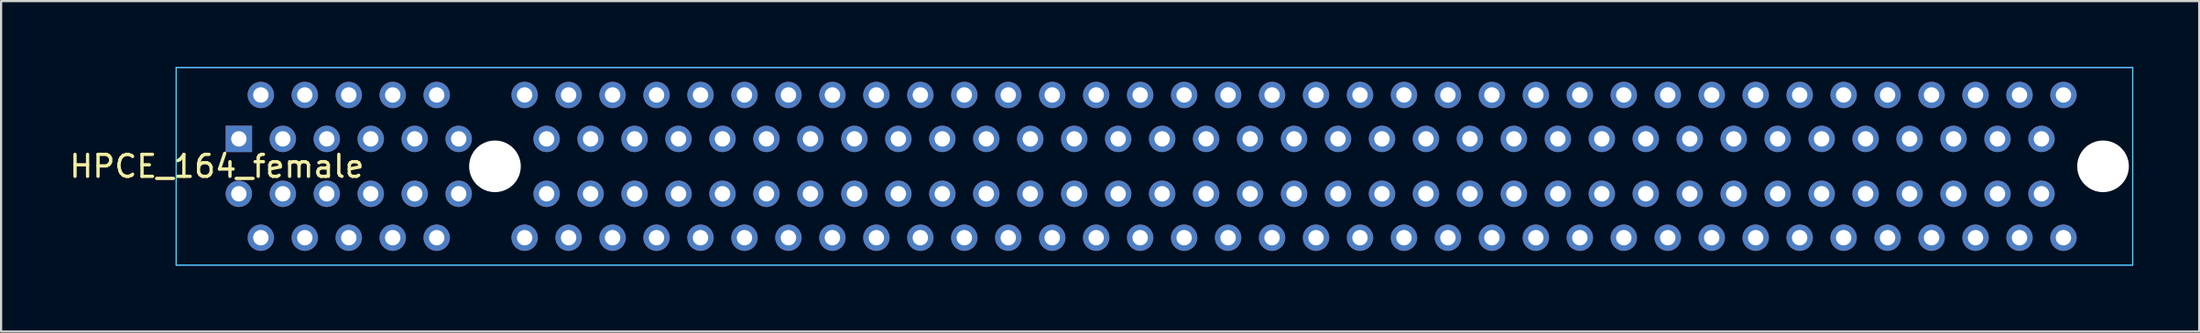
<source format=kicad_pcb>
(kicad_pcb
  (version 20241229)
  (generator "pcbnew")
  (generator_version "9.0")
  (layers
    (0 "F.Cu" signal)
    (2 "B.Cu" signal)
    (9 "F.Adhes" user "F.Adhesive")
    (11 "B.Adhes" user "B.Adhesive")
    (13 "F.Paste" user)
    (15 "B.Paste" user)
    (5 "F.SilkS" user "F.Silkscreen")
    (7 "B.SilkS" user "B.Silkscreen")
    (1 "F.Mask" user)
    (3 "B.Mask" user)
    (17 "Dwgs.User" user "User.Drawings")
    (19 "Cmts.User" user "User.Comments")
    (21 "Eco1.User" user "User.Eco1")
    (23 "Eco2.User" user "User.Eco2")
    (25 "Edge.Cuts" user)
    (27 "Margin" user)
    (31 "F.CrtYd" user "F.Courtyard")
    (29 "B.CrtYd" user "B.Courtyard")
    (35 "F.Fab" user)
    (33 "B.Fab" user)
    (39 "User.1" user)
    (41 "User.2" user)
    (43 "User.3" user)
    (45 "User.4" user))
  (footprint "HPCE_164_female"
    (layer "F.Cu")
    (at 6.815 4.525)
    (property "Reference" "HPCE_164_female" (at 0 0 0) (layer "F.SilkS") (effects (font (size 1 1) (thickness 0.15))))
    (attr through_hole)
    (fp_line (start -1.85 -4.5) (end -1.85 4.5) (stroke (width 0.05) (type solid)) (layer "B.CrtYd"))
    (fp_line (start -1.85 4.5) (end 87.15 4.5) (stroke (width 0.05) (type solid)) (layer "B.CrtYd"))
    (fp_line (start 87.15 -4.5) (end -1.85 -4.5) (stroke (width 0.05) (type solid)) (layer "B.CrtYd"))
    (fp_line (start 87.15 4.5) (end 87.15 -4.5) (stroke (width 0.05) (type solid)) (layer "B.CrtYd"))
    (fp_line (start -1.85 -4.5) (end -1.85 4.5) (stroke (width 0.05) (type solid)) (layer "F.CrtYd"))
    (fp_line (start -1.85 4.5) (end 87.15 4.5) (stroke (width 0.05) (type solid)) (layer "F.CrtYd"))
    (fp_line (start 87.15 -4.5) (end -1.85 -4.5) (stroke (width 0.05) (type solid)) (layer "F.CrtYd"))
    (fp_line (start 87.15 4.5) (end 87.15 -4.5) (stroke (width 0.05) (type solid)) (layer "F.CrtYd"))
    (pad "" np_thru_hole circle (at 12.65 0) (size 2.35 2.35) (drill 2.35) (layers "*.Cu" "*.Mask"))
    (pad "" np_thru_hole circle (at 85.8 0) (size 2.35 2.35) (drill 2.35) (layers "*.Cu" "*.Mask"))
    (pad "A1" thru_hole rect (at 1 -1.25) (size 1.2 1.2) (drill 0.7) (layers "*.Cu" "*.Mask"))
    (pad "A2" thru_hole circle (at 2 -3.25) (size 1.2 1.2) (drill 0.7) (layers "*.Cu" "*.Mask"))
    (pad "A3" thru_hole circle (at 3 -1.25) (size 1.2 1.2) (drill 0.7) (layers "*.Cu" "*.Mask"))
    (pad "A4" thru_hole circle (at 4 -3.25) (size 1.2 1.2) (drill 0.7) (layers "*.Cu" "*.Mask"))
    (pad "A5" thru_hole circle (at 5 -1.25) (size 1.2 1.2) (drill 0.7) (layers "*.Cu" "*.Mask"))
    (pad "A6" thru_hole circle (at 6 -3.25) (size 1.2 1.2) (drill 0.7) (layers "*.Cu" "*.Mask"))
    (pad "A7" thru_hole circle (at 7 -1.25) (size 1.2 1.2) (drill 0.7) (layers "*.Cu" "*.Mask"))
    (pad "A8" thru_hole circle (at 8 -3.25) (size 1.2 1.2) (drill 0.7) (layers "*.Cu" "*.Mask"))
    (pad "A9" thru_hole circle (at 9 -1.25) (size 1.2 1.2) (drill 0.7) (layers "*.Cu" "*.Mask"))
    (pad "A10" thru_hole circle (at 10 -3.25) (size 1.2 1.2) (drill 0.7) (layers "*.Cu" "*.Mask"))
    (pad "A11" thru_hole circle (at 11 -1.25) (size 1.2 1.2) (drill 0.7) (layers "*.Cu" "*.Mask"))
    (pad "A12" thru_hole circle (at 14 -3.25) (size 1.2 1.2) (drill 0.7) (layers "*.Cu" "*.Mask"))
    (pad "A13" thru_hole circle (at 15 -1.25) (size 1.2 1.2) (drill 0.7) (layers "*.Cu" "*.Mask"))
    (pad "A14" thru_hole circle (at 16 -3.25) (size 1.2 1.2) (drill 0.7) (layers "*.Cu" "*.Mask"))
    (pad "A15" thru_hole circle (at 17 -1.25) (size 1.2 1.2) (drill 0.7) (layers "*.Cu" "*.Mask"))
    (pad "A16" thru_hole circle (at 18 -3.25) (size 1.2 1.2) (drill 0.7) (layers "*.Cu" "*.Mask"))
    (pad "A17" thru_hole circle (at 19 -1.25) (size 1.2 1.2) (drill 0.7) (layers "*.Cu" "*.Mask"))
    (pad "A18" thru_hole circle (at 20 -3.25) (size 1.2 1.2) (drill 0.7) (layers "*.Cu" "*.Mask"))
    (pad "A19" thru_hole circle (at 21 -1.25) (size 1.2 1.2) (drill 0.7) (layers "*.Cu" "*.Mask"))
    (pad "A20" thru_hole circle (at 22 -3.25) (size 1.2 1.2) (drill 0.7) (layers "*.Cu" "*.Mask"))
    (pad "A21" thru_hole circle (at 23 -1.25) (size 1.2 1.2) (drill 0.7) (layers "*.Cu" "*.Mask"))
    (pad "A22" thru_hole circle (at 24 -3.25) (size 1.2 1.2) (drill 0.7) (layers "*.Cu" "*.Mask"))
    (pad "A23" thru_hole circle (at 25 -1.25) (size 1.2 1.2) (drill 0.7) (layers "*.Cu" "*.Mask"))
    (pad "A24" thru_hole circle (at 26 -3.25) (size 1.2 1.2) (drill 0.7) (layers "*.Cu" "*.Mask"))
    (pad "A25" thru_hole circle (at 27 -1.25) (size 1.2 1.2) (drill 0.7) (layers "*.Cu" "*.Mask"))
    (pad "A26" thru_hole circle (at 28 -3.25) (size 1.2 1.2) (drill 0.7) (layers "*.Cu" "*.Mask"))
    (pad "A27" thru_hole circle (at 29 -1.25) (size 1.2 1.2) (drill 0.7) (layers "*.Cu" "*.Mask"))
    (pad "A28" thru_hole circle (at 30 -3.25) (size 1.2 1.2) (drill 0.7) (layers "*.Cu" "*.Mask"))
    (pad "A29" thru_hole circle (at 31 -1.25) (size 1.2 1.2) (drill 0.7) (layers "*.Cu" "*.Mask"))
    (pad "A30" thru_hole circle (at 32 -3.25) (size 1.2 1.2) (drill 0.7) (layers "*.Cu" "*.Mask"))
    (pad "A31" thru_hole circle (at 33 -1.25) (size 1.2 1.2) (drill 0.7) (layers "*.Cu" "*.Mask"))
    (pad "A32" thru_hole circle (at 34 -3.25) (size 1.2 1.2) (drill 0.7) (layers "*.Cu" "*.Mask"))
    (pad "A33" thru_hole circle (at 35 -1.25) (size 1.2 1.2) (drill 0.7) (layers "*.Cu" "*.Mask"))
    (pad "A34" thru_hole circle (at 36 -3.25) (size 1.2 1.2) (drill 0.7) (layers "*.Cu" "*.Mask"))
    (pad "A35" thru_hole circle (at 37 -1.25) (size 1.2 1.2) (drill 0.7) (layers "*.Cu" "*.Mask"))
    (pad "A36" thru_hole circle (at 38 -3.25) (size 1.2 1.2) (drill 0.7) (layers "*.Cu" "*.Mask"))
    (pad "A37" thru_hole circle (at 39 -1.25) (size 1.2 1.2) (drill 0.7) (layers "*.Cu" "*.Mask"))
    (pad "A38" thru_hole circle (at 40 -3.25) (size 1.2 1.2) (drill 0.7) (layers "*.Cu" "*.Mask"))
    (pad "A39" thru_hole circle (at 41 -1.25) (size 1.2 1.2) (drill 0.7) (layers "*.Cu" "*.Mask"))
    (pad "A40" thru_hole circle (at 42 -3.25) (size 1.2 1.2) (drill 0.7) (layers "*.Cu" "*.Mask"))
    (pad "A41" thru_hole circle (at 43 -1.25) (size 1.2 1.2) (drill 0.7) (layers "*.Cu" "*.Mask"))
    (pad "A42" thru_hole circle (at 44 -3.25) (size 1.2 1.2) (drill 0.7) (layers "*.Cu" "*.Mask"))
    (pad "A43" thru_hole circle (at 45 -1.25) (size 1.2 1.2) (drill 0.7) (layers "*.Cu" "*.Mask"))
    (pad "A44" thru_hole circle (at 46 -3.25) (size 1.2 1.2) (drill 0.7) (layers "*.Cu" "*.Mask"))
    (pad "A45" thru_hole circle (at 47 -1.25) (size 1.2 1.2) (drill 0.7) (layers "*.Cu" "*.Mask"))
    (pad "A46" thru_hole circle (at 48 -3.25) (size 1.2 1.2) (drill 0.7) (layers "*.Cu" "*.Mask"))
    (pad "A47" thru_hole circle (at 49 -1.25) (size 1.2 1.2) (drill 0.7) (layers "*.Cu" "*.Mask"))
    (pad "A48" thru_hole circle (at 50 -3.25) (size 1.2 1.2) (drill 0.7) (layers "*.Cu" "*.Mask"))
    (pad "A49" thru_hole circle (at 51 -1.25) (size 1.2 1.2) (drill 0.7) (layers "*.Cu" "*.Mask"))
    (pad "A50" thru_hole circle (at 52 -3.25) (size 1.2 1.2) (drill 0.7) (layers "*.Cu" "*.Mask"))
    (pad "A51" thru_hole circle (at 53 -1.25) (size 1.2 1.2) (drill 0.7) (layers "*.Cu" "*.Mask"))
    (pad "A52" thru_hole circle (at 54 -3.25) (size 1.2 1.2) (drill 0.7) (layers "*.Cu" "*.Mask"))
    (pad "A53" thru_hole circle (at 55 -1.25) (size 1.2 1.2) (drill 0.7) (layers "*.Cu" "*.Mask"))
    (pad "A54" thru_hole circle (at 56 -3.25) (size 1.2 1.2) (drill 0.7) (layers "*.Cu" "*.Mask"))
    (pad "A55" thru_hole circle (at 57 -1.25) (size 1.2 1.2) (drill 0.7) (layers "*.Cu" "*.Mask"))
    (pad "A56" thru_hole circle (at 58 -3.25) (size 1.2 1.2) (drill 0.7) (layers "*.Cu" "*.Mask"))
    (pad "A57" thru_hole circle (at 59 -1.25) (size 1.2 1.2) (drill 0.7) (layers "*.Cu" "*.Mask"))
    (pad "A58" thru_hole circle (at 60 -3.25) (size 1.2 1.2) (drill 0.7) (layers "*.Cu" "*.Mask"))
    (pad "A59" thru_hole circle (at 61 -1.25) (size 1.2 1.2) (drill 0.7) (layers "*.Cu" "*.Mask"))
    (pad "A60" thru_hole circle (at 62 -3.25) (size 1.2 1.2) (drill 0.7) (layers "*.Cu" "*.Mask"))
    (pad "A61" thru_hole circle (at 63 -1.25) (size 1.2 1.2) (drill 0.7) (layers "*.Cu" "*.Mask"))
    (pad "A62" thru_hole circle (at 64 -3.25) (size 1.2 1.2) (drill 0.7) (layers "*.Cu" "*.Mask"))
    (pad "A63" thru_hole circle (at 65 -1.25) (size 1.2 1.2) (drill 0.7) (layers "*.Cu" "*.Mask"))
    (pad "A64" thru_hole circle (at 66 -3.25) (size 1.2 1.2) (drill 0.7) (layers "*.Cu" "*.Mask"))
    (pad "A65" thru_hole circle (at 67 -1.25) (size 1.2 1.2) (drill 0.7) (layers "*.Cu" "*.Mask"))
    (pad "A66" thru_hole circle (at 68 -3.25) (size 1.2 1.2) (drill 0.7) (layers "*.Cu" "*.Mask"))
    (pad "A67" thru_hole circle (at 69 -1.25) (size 1.2 1.2) (drill 0.7) (layers "*.Cu" "*.Mask"))
    (pad "A68" thru_hole circle (at 70 -3.25) (size 1.2 1.2) (drill 0.7) (layers "*.Cu" "*.Mask"))
    (pad "A69" thru_hole circle (at 71 -1.25) (size 1.2 1.2) (drill 0.7) (layers "*.Cu" "*.Mask"))
    (pad "A70" thru_hole circle (at 72 -3.25) (size 1.2 1.2) (drill 0.7) (layers "*.Cu" "*.Mask"))
    (pad "A71" thru_hole circle (at 73 -1.25) (size 1.2 1.2) (drill 0.7) (layers "*.Cu" "*.Mask"))
    (pad "A72" thru_hole circle (at 74 -3.25) (size 1.2 1.2) (drill 0.7) (layers "*.Cu" "*.Mask"))
    (pad "A73" thru_hole circle (at 75 -1.25) (size 1.2 1.2) (drill 0.7) (layers "*.Cu" "*.Mask"))
    (pad "A74" thru_hole circle (at 76 -3.25) (size 1.2 1.2) (drill 0.7) (layers "*.Cu" "*.Mask"))
    (pad "A75" thru_hole circle (at 77 -1.25) (size 1.2 1.2) (drill 0.7) (layers "*.Cu" "*.Mask"))
    (pad "A76" thru_hole circle (at 78 -3.25) (size 1.2 1.2) (drill 0.7) (layers "*.Cu" "*.Mask"))
    (pad "A77" thru_hole circle (at 79 -1.25) (size 1.2 1.2) (drill 0.7) (layers "*.Cu" "*.Mask"))
    (pad "A78" thru_hole circle (at 80 -3.25) (size 1.2 1.2) (drill 0.7) (layers "*.Cu" "*.Mask"))
    (pad "A79" thru_hole circle (at 81 -1.25) (size 1.2 1.2) (drill 0.7) (layers "*.Cu" "*.Mask"))
    (pad "A80" thru_hole circle (at 82 -3.25) (size 1.2 1.2) (drill 0.7) (layers "*.Cu" "*.Mask"))
    (pad "A81" thru_hole circle (at 83 -1.25) (size 1.2 1.2) (drill 0.7) (layers "*.Cu" "*.Mask"))
    (pad "A82" thru_hole circle (at 84 -3.25) (size 1.2 1.2) (drill 0.7) (layers "*.Cu" "*.Mask"))
    (pad "B1" thru_hole circle (at 1 1.25) (size 1.2 1.2) (drill 0.7) (layers "*.Cu" "*.Mask"))
    (pad "B2" thru_hole circle (at 2 3.25) (size 1.2 1.2) (drill 0.7) (layers "*.Cu" "*.Mask"))
    (pad "B3" thru_hole circle (at 3 1.25) (size 1.2 1.2) (drill 0.7) (layers "*.Cu" "*.Mask"))
    (pad "B4" thru_hole circle (at 4 3.25) (size 1.2 1.2) (drill 0.7) (layers "*.Cu" "*.Mask"))
    (pad "B5" thru_hole circle (at 5 1.25) (size 1.2 1.2) (drill 0.7) (layers "*.Cu" "*.Mask"))
    (pad "B6" thru_hole circle (at 6 3.25) (size 1.2 1.2) (drill 0.7) (layers "*.Cu" "*.Mask"))
    (pad "B7" thru_hole circle (at 7 1.25) (size 1.2 1.2) (drill 0.7) (layers "*.Cu" "*.Mask"))
    (pad "B8" thru_hole circle (at 8 3.25) (size 1.2 1.2) (drill 0.7) (layers "*.Cu" "*.Mask"))
    (pad "B9" thru_hole circle (at 9 1.25) (size 1.2 1.2) (drill 0.7) (layers "*.Cu" "*.Mask"))
    (pad "B10" thru_hole circle (at 10 3.25) (size 1.2 1.2) (drill 0.7) (layers "*.Cu" "*.Mask"))
    (pad "B11" thru_hole circle (at 11 1.25) (size 1.2 1.2) (drill 0.7) (layers "*.Cu" "*.Mask"))
    (pad "B12" thru_hole circle (at 14 3.25) (size 1.2 1.2) (drill 0.7) (layers "*.Cu" "*.Mask"))
    (pad "B13" thru_hole circle (at 15 1.25) (size 1.2 1.2) (drill 0.7) (layers "*.Cu" "*.Mask"))
    (pad "B14" thru_hole circle (at 16 3.25) (size 1.2 1.2) (drill 0.7) (layers "*.Cu" "*.Mask"))
    (pad "B15" thru_hole circle (at 17 1.25) (size 1.2 1.2) (drill 0.7) (layers "*.Cu" "*.Mask"))
    (pad "B16" thru_hole circle (at 18 3.25) (size 1.2 1.2) (drill 0.7) (layers "*.Cu" "*.Mask"))
    (pad "B17" thru_hole circle (at 19 1.25) (size 1.2 1.2) (drill 0.7) (layers "*.Cu" "*.Mask"))
    (pad "B18" thru_hole circle (at 20 3.25) (size 1.2 1.2) (drill 0.7) (layers "*.Cu" "*.Mask"))
    (pad "B19" thru_hole circle (at 21 1.25) (size 1.2 1.2) (drill 0.7) (layers "*.Cu" "*.Mask"))
    (pad "B20" thru_hole circle (at 22 3.25) (size 1.2 1.2) (drill 0.7) (layers "*.Cu" "*.Mask"))
    (pad "B21" thru_hole circle (at 23 1.25) (size 1.2 1.2) (drill 0.7) (layers "*.Cu" "*.Mask"))
    (pad "B22" thru_hole circle (at 24 3.25) (size 1.2 1.2) (drill 0.7) (layers "*.Cu" "*.Mask"))
    (pad "B23" thru_hole circle (at 25 1.25) (size 1.2 1.2) (drill 0.7) (layers "*.Cu" "*.Mask"))
    (pad "B24" thru_hole circle (at 26 3.25) (size 1.2 1.2) (drill 0.7) (layers "*.Cu" "*.Mask"))
    (pad "B25" thru_hole circle (at 27 1.25) (size 1.2 1.2) (drill 0.7) (layers "*.Cu" "*.Mask"))
    (pad "B26" thru_hole circle (at 28 3.25) (size 1.2 1.2) (drill 0.7) (layers "*.Cu" "*.Mask"))
    (pad "B27" thru_hole circle (at 29 1.25) (size 1.2 1.2) (drill 0.7) (layers "*.Cu" "*.Mask"))
    (pad "B28" thru_hole circle (at 30 3.25) (size 1.2 1.2) (drill 0.7) (layers "*.Cu" "*.Mask"))
    (pad "B29" thru_hole circle (at 31 1.25) (size 1.2 1.2) (drill 0.7) (layers "*.Cu" "*.Mask"))
    (pad "B30" thru_hole circle (at 32 3.25) (size 1.2 1.2) (drill 0.7) (layers "*.Cu" "*.Mask"))
    (pad "B31" thru_hole circle (at 33 1.25) (size 1.2 1.2) (drill 0.7) (layers "*.Cu" "*.Mask"))
    (pad "B32" thru_hole circle (at 34 3.25) (size 1.2 1.2) (drill 0.7) (layers "*.Cu" "*.Mask"))
    (pad "B33" thru_hole circle (at 35 1.25) (size 1.2 1.2) (drill 0.7) (layers "*.Cu" "*.Mask"))
    (pad "B34" thru_hole circle (at 36 3.25) (size 1.2 1.2) (drill 0.7) (layers "*.Cu" "*.Mask"))
    (pad "B35" thru_hole circle (at 37 1.25) (size 1.2 1.2) (drill 0.7) (layers "*.Cu" "*.Mask"))
    (pad "B36" thru_hole circle (at 38 3.25) (size 1.2 1.2) (drill 0.7) (layers "*.Cu" "*.Mask"))
    (pad "B37" thru_hole circle (at 39 1.25) (size 1.2 1.2) (drill 0.7) (layers "*.Cu" "*.Mask"))
    (pad "B38" thru_hole circle (at 40 3.25) (size 1.2 1.2) (drill 0.7) (layers "*.Cu" "*.Mask"))
    (pad "B39" thru_hole circle (at 41 1.25) (size 1.2 1.2) (drill 0.7) (layers "*.Cu" "*.Mask"))
    (pad "B40" thru_hole circle (at 42 3.25) (size 1.2 1.2) (drill 0.7) (layers "*.Cu" "*.Mask"))
    (pad "B41" thru_hole circle (at 43 1.25) (size 1.2 1.2) (drill 0.7) (layers "*.Cu" "*.Mask"))
    (pad "B42" thru_hole circle (at 44 3.25) (size 1.2 1.2) (drill 0.7) (layers "*.Cu" "*.Mask"))
    (pad "B43" thru_hole circle (at 45 1.25) (size 1.2 1.2) (drill 0.7) (layers "*.Cu" "*.Mask"))
    (pad "B44" thru_hole circle (at 46 3.25) (size 1.2 1.2) (drill 0.7) (layers "*.Cu" "*.Mask"))
    (pad "B45" thru_hole circle (at 47 1.25) (size 1.2 1.2) (drill 0.7) (layers "*.Cu" "*.Mask"))
    (pad "B46" thru_hole circle (at 48 3.25) (size 1.2 1.2) (drill 0.7) (layers "*.Cu" "*.Mask"))
    (pad "B47" thru_hole circle (at 49 1.25) (size 1.2 1.2) (drill 0.7) (layers "*.Cu" "*.Mask"))
    (pad "B48" thru_hole circle (at 50 3.25) (size 1.2 1.2) (drill 0.7) (layers "*.Cu" "*.Mask"))
    (pad "B49" thru_hole circle (at 51 1.25) (size 1.2 1.2) (drill 0.7) (layers "*.Cu" "*.Mask"))
    (pad "B50" thru_hole circle (at 52 3.25) (size 1.2 1.2) (drill 0.7) (layers "*.Cu" "*.Mask"))
    (pad "B51" thru_hole circle (at 53 1.25) (size 1.2 1.2) (drill 0.7) (layers "*.Cu" "*.Mask"))
    (pad "B52" thru_hole circle (at 54 3.25) (size 1.2 1.2) (drill 0.7) (layers "*.Cu" "*.Mask"))
    (pad "B53" thru_hole circle (at 55 1.25) (size 1.2 1.2) (drill 0.7) (layers "*.Cu" "*.Mask"))
    (pad "B54" thru_hole circle (at 56 3.25) (size 1.2 1.2) (drill 0.7) (layers "*.Cu" "*.Mask"))
    (pad "B55" thru_hole circle (at 57 1.25) (size 1.2 1.2) (drill 0.7) (layers "*.Cu" "*.Mask"))
    (pad "B56" thru_hole circle (at 58 3.25) (size 1.2 1.2) (drill 0.7) (layers "*.Cu" "*.Mask"))
    (pad "B57" thru_hole circle (at 59 1.25) (size 1.2 1.2) (drill 0.7) (layers "*.Cu" "*.Mask"))
    (pad "B58" thru_hole circle (at 60 3.25) (size 1.2 1.2) (drill 0.7) (layers "*.Cu" "*.Mask"))
    (pad "B59" thru_hole circle (at 61 1.25) (size 1.2 1.2) (drill 0.7) (layers "*.Cu" "*.Mask"))
    (pad "B60" thru_hole circle (at 62 3.25) (size 1.2 1.2) (drill 0.7) (layers "*.Cu" "*.Mask"))
    (pad "B61" thru_hole circle (at 63 1.25) (size 1.2 1.2) (drill 0.7) (layers "*.Cu" "*.Mask"))
    (pad "B62" thru_hole circle (at 64 3.25) (size 1.2 1.2) (drill 0.7) (layers "*.Cu" "*.Mask"))
    (pad "B63" thru_hole circle (at 65 1.25) (size 1.2 1.2) (drill 0.7) (layers "*.Cu" "*.Mask"))
    (pad "B64" thru_hole circle (at 66 3.25) (size 1.2 1.2) (drill 0.7) (layers "*.Cu" "*.Mask"))
    (pad "B65" thru_hole circle (at 67 1.25) (size 1.2 1.2) (drill 0.7) (layers "*.Cu" "*.Mask"))
    (pad "B66" thru_hole circle (at 68 3.25) (size 1.2 1.2) (drill 0.7) (layers "*.Cu" "*.Mask"))
    (pad "B67" thru_hole circle (at 69 1.25) (size 1.2 1.2) (drill 0.7) (layers "*.Cu" "*.Mask"))
    (pad "B68" thru_hole circle (at 70 3.25) (size 1.2 1.2) (drill 0.7) (layers "*.Cu" "*.Mask"))
    (pad "B69" thru_hole circle (at 71 1.25) (size 1.2 1.2) (drill 0.7) (layers "*.Cu" "*.Mask"))
    (pad "B70" thru_hole circle (at 72 3.25) (size 1.2 1.2) (drill 0.7) (layers "*.Cu" "*.Mask"))
    (pad "B71" thru_hole circle (at 73 1.25) (size 1.2 1.2) (drill 0.7) (layers "*.Cu" "*.Mask"))
    (pad "B72" thru_hole circle (at 74 3.25) (size 1.2 1.2) (drill 0.7) (layers "*.Cu" "*.Mask"))
    (pad "B73" thru_hole circle (at 75 1.25) (size 1.2 1.2) (drill 0.7) (layers "*.Cu" "*.Mask"))
    (pad "B74" thru_hole circle (at 76 3.25) (size 1.2 1.2) (drill 0.7) (layers "*.Cu" "*.Mask"))
    (pad "B75" thru_hole circle (at 77 1.25) (size 1.2 1.2) (drill 0.7) (layers "*.Cu" "*.Mask"))
    (pad "B76" thru_hole circle (at 78 3.25) (size 1.2 1.2) (drill 0.7) (layers "*.Cu" "*.Mask"))
    (pad "B77" thru_hole circle (at 79 1.25) (size 1.2 1.2) (drill 0.7) (layers "*.Cu" "*.Mask"))
    (pad "B78" thru_hole circle (at 80 3.25) (size 1.2 1.2) (drill 0.7) (layers "*.Cu" "*.Mask"))
    (pad "B79" thru_hole circle (at 81 1.25) (size 1.2 1.2) (drill 0.7) (layers "*.Cu" "*.Mask"))
    (pad "B80" thru_hole circle (at 82 3.25) (size 1.2 1.2) (drill 0.7) (layers "*.Cu" "*.Mask"))
    (pad "B81" thru_hole circle (at 83 1.25) (size 1.2 1.2) (drill 0.7) (layers "*.Cu" "*.Mask"))
    (pad "B82" thru_hole circle (at 84 3.25) (size 1.2 1.2) (drill 0.7) (layers "*.Cu" "*.Mask")))
  (gr_rect
    (start -3 -3)
    (end 96.99 12.05)
    (stroke (width 0.1) (type default))
    (fill no)
    (layer "Edge.Cuts")))
</source>
